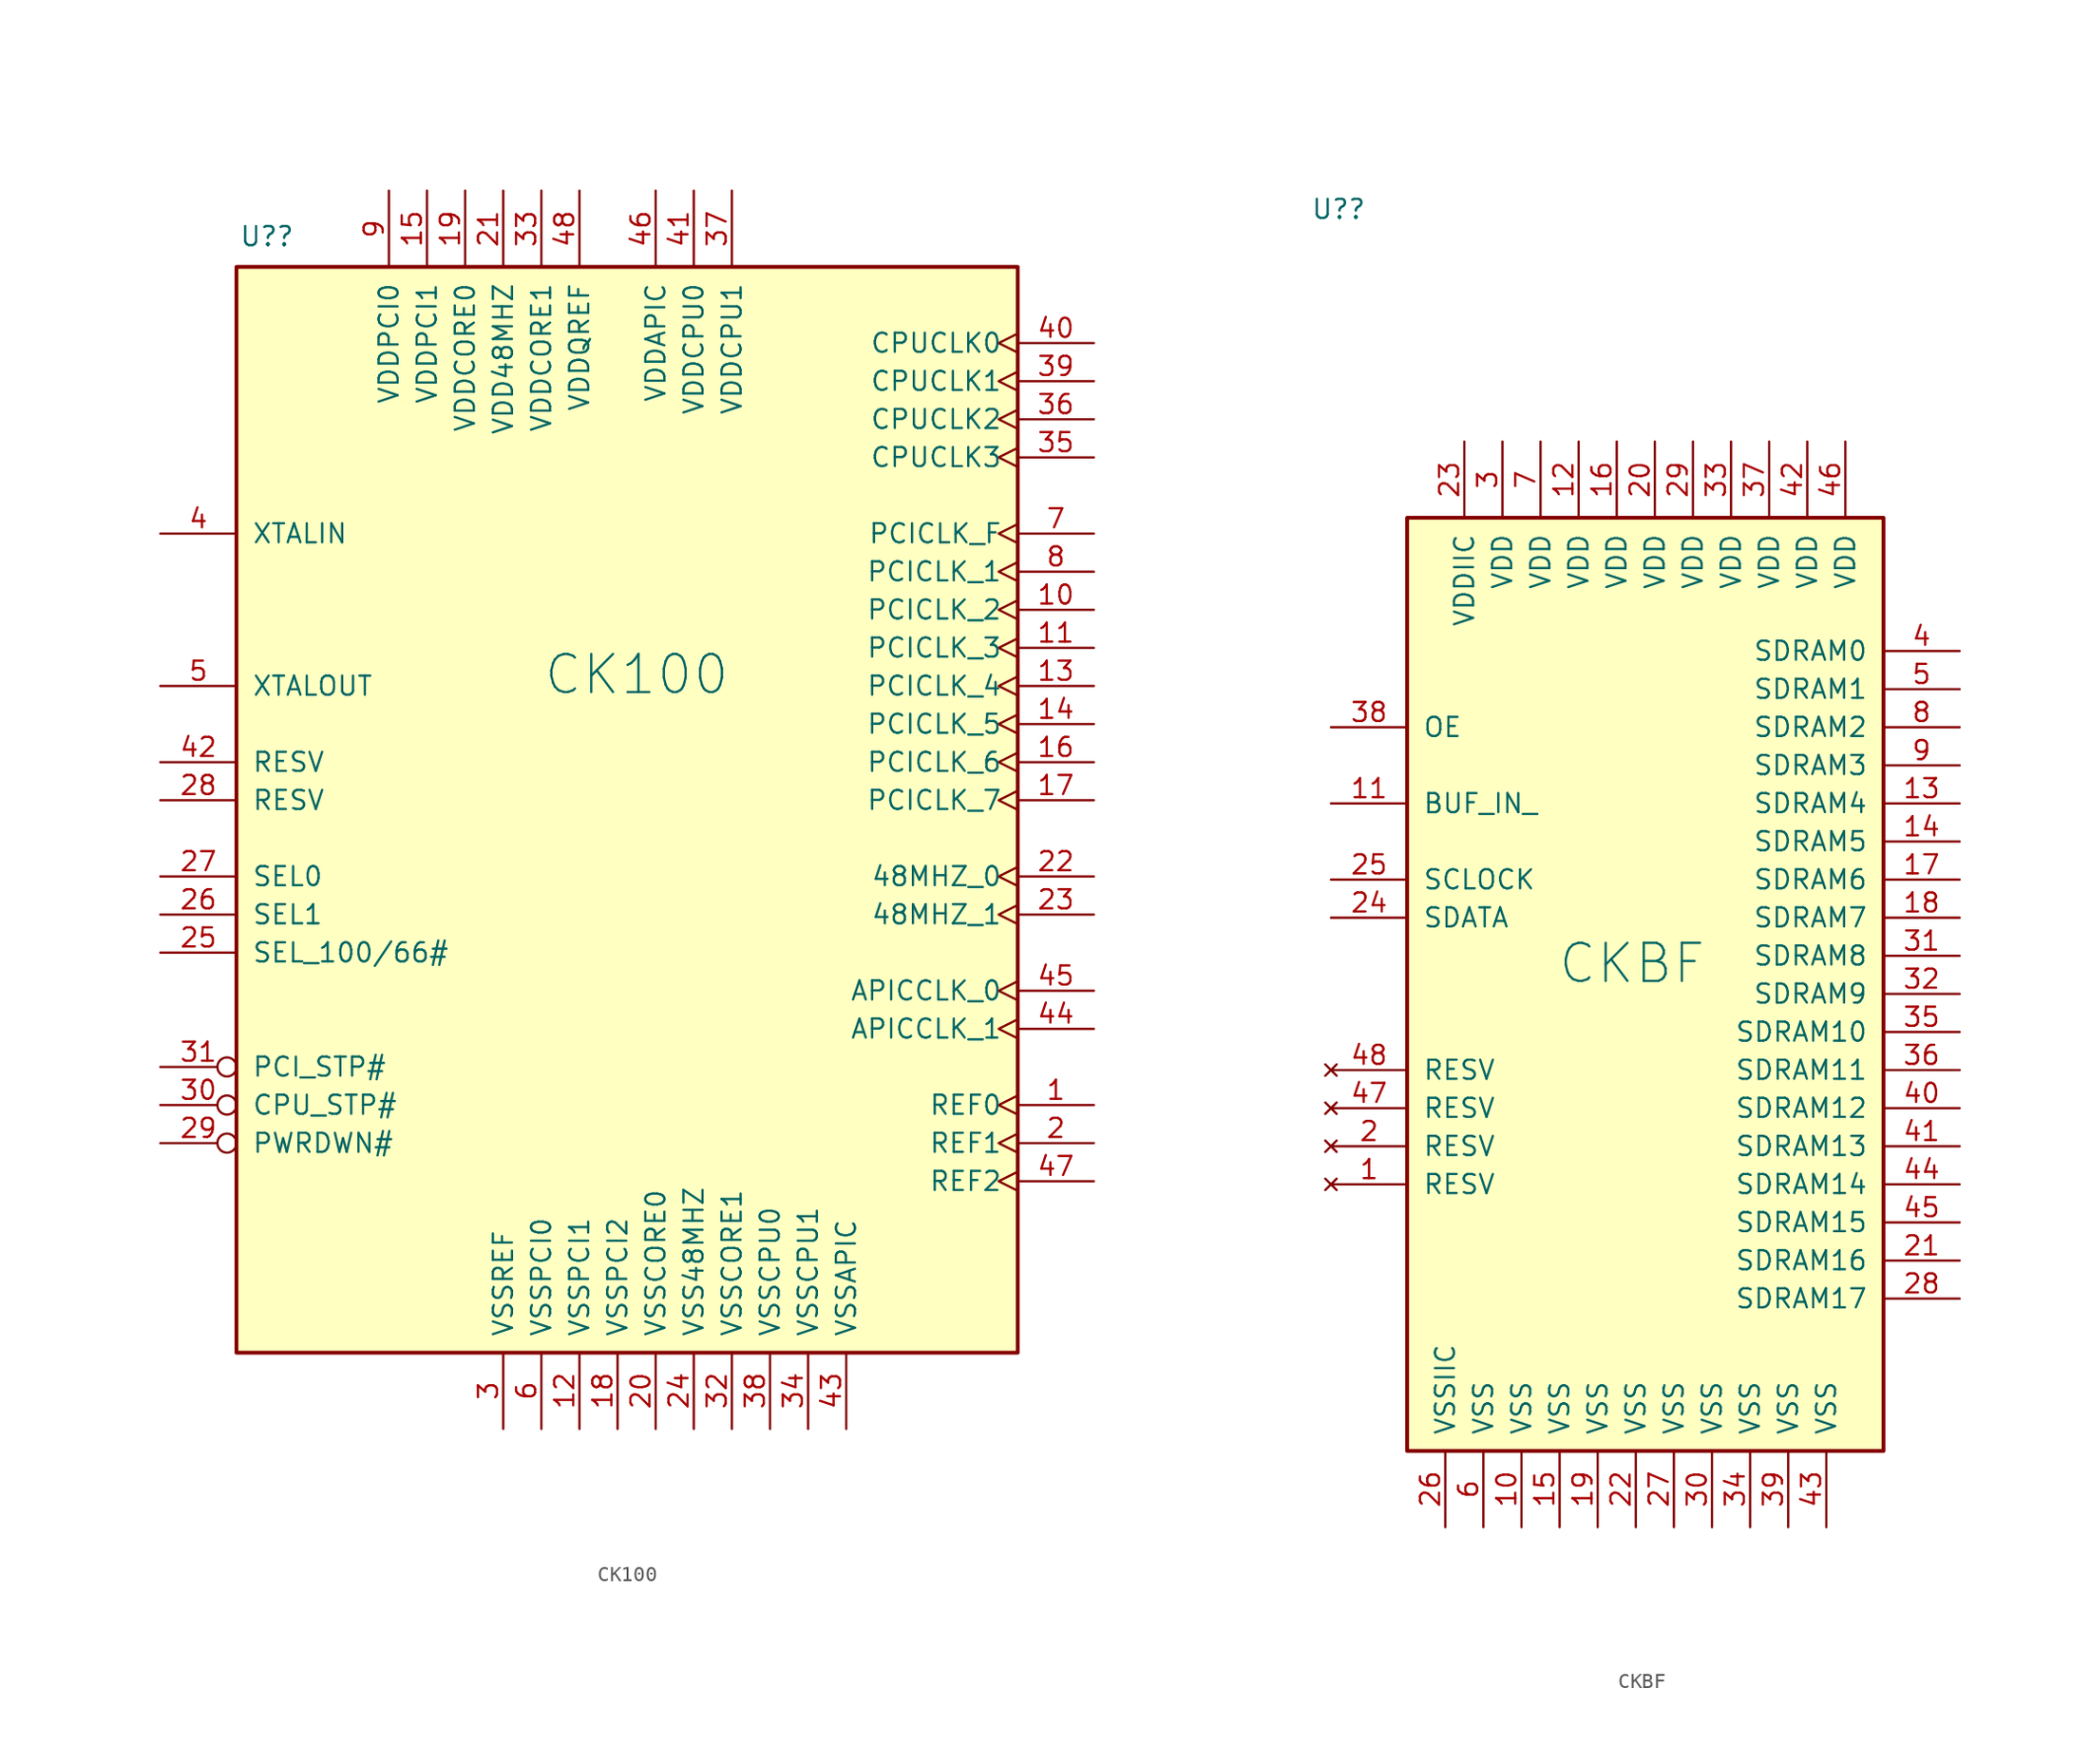
<source format=kicad_sym>
(kicad_symbol_lib
  (version 20240819)
  (generator "kicad_symbol_editor")
  (generator_version "8.99")
  (symbol "CK100"
    (pin_names
      (offset 1.016))
    (property "Reference" "U?"
      (at -24.638 38.862 0)
      (effects (font (size 1.27 1.27))))
    (property "Value" "CK100"
      (at 0 9.652 0)
      (effects (font (size 2.54 2.54))))
    (symbol "CK100_0_1"
      (rectangle (start -26.67 36.83) (end 25.4 -35.56) (stroke (width 0.254) (type default)) (fill (type background))))
    (symbol "CK100_1_1"
      (pin input line (at -31.75 19.05 0) (length 5.08) (name "XTALIN" (effects (font (size 1.27 1.27)))) (number "4" (effects (font (size 1.27 1.27)))))
      (pin output line (at -31.75 8.89 0) (length 5.08) (name "XTALOUT" (effects (font (size 1.27 1.27)))) (number "5" (effects (font (size 1.27 1.27)))))
      (pin unspecified line (at -31.75 3.81 0) (length 5.08) (name "RESV" (effects (font (size 1.27 1.27)))) (number "42" (effects (font (size 1.27 1.27)))))
      (pin unspecified line (at -31.75 1.27 0) (length 5.08) (name "RESV" (effects (font (size 1.27 1.27)))) (number "28" (effects (font (size 1.27 1.27)))))
      (pin input line (at -31.75 -3.81 0) (length 5.08) (name "SEL0" (effects (font (size 1.27 1.27)))) (number "27" (effects (font (size 1.27 1.27)))))
      (pin input line (at -31.75 -6.35 0) (length 5.08) (name "SEL1" (effects (font (size 1.27 1.27)))) (number "26" (effects (font (size 1.27 1.27)))))
      (pin input line (at -31.75 -8.89 0) (length 5.08) (name "SEL_100/66#" (effects (font (size 1.27 1.27)))) (number "25" (effects (font (size 1.27 1.27)))))
      (pin input inverted (at -31.75 -16.51 0) (length 5.08) (name "PCI_STP#" (effects (font (size 1.27 1.27)))) (number "31" (effects (font (size 1.27 1.27)))))
      (pin input inverted (at -31.75 -19.05 0) (length 5.08) (name "CPU_STP#" (effects (font (size 1.27 1.27)))) (number "30" (effects (font (size 1.27 1.27)))))
      (pin input inverted (at -31.75 -21.59 0) (length 5.08) (name "PWRDWN#" (effects (font (size 1.27 1.27)))) (number "29" (effects (font (size 1.27 1.27)))))
      (pin power_in line (at -16.51 41.91 270) (length 5.08) (name "VDDPCI0" (effects (font (size 1.27 1.27)))) (number "9" (effects (font (size 1.27 1.27)))))
      (pin power_in line (at -13.97 41.91 270) (length 5.08) (name "VDDPCI1" (effects (font (size 1.27 1.27)))) (number "15" (effects (font (size 1.27 1.27)))))
      (pin power_in line (at -11.43 41.91 270) (length 5.08) (name "VDDCORE0" (effects (font (size 1.27 1.27)))) (number "19" (effects (font (size 1.27 1.27)))))
      (pin power_in line (at -8.89 41.91 270) (length 5.08) (name "VDD48MHZ" (effects (font (size 1.27 1.27)))) (number "21" (effects (font (size 1.27 1.27)))))
      (pin power_in line (at -8.89 -40.64 90) (length 5.08) (name "VSSREF" (effects (font (size 1.27 1.27)))) (number "3" (effects (font (size 1.27 1.27)))))
      (pin power_in line (at -6.35 41.91 270) (length 5.08) (name "VDDCORE1" (effects (font (size 1.27 1.27)))) (number "33" (effects (font (size 1.27 1.27)))))
      (pin power_in line (at -6.35 -40.64 90) (length 5.08) (name "VSSPCI0" (effects (font (size 1.27 1.27)))) (number "6" (effects (font (size 1.27 1.27)))))
      (pin power_in line (at -3.81 41.91 270) (length 5.08) (name "VDDQREF" (effects (font (size 1.27 1.27)))) (number "48" (effects (font (size 1.27 1.27)))))
      (pin power_in line (at -3.81 -40.64 90) (length 5.08) (name "VSSPCI1" (effects (font (size 1.27 1.27)))) (number "12" (effects (font (size 1.27 1.27)))))
      (pin power_in line (at -1.27 -40.64 90) (length 5.08) (name "VSSPCI2" (effects (font (size 1.27 1.27)))) (number "18" (effects (font (size 1.27 1.27)))))
      (pin power_in line (at 1.27 41.91 270) (length 5.08) (name "VDDAPIC" (effects (font (size 1.27 1.27)))) (number "46" (effects (font (size 1.27 1.27)))))
      (pin power_in line (at 1.27 -40.64 90) (length 5.08) (name "VSSCORE0" (effects (font (size 1.27 1.27)))) (number "20" (effects (font (size 1.27 1.27)))))
      (pin power_in line (at 3.81 41.91 270) (length 5.08) (name "VDDCPU0" (effects (font (size 1.27 1.27)))) (number "41" (effects (font (size 1.27 1.27)))))
      (pin power_in line (at 3.81 -40.64 90) (length 5.08) (name "VSS48MHZ" (effects (font (size 1.27 1.27)))) (number "24" (effects (font (size 1.27 1.27)))))
      (pin power_in line (at 6.35 41.91 270) (length 5.08) (name "VDDCPU1" (effects (font (size 1.27 1.27)))) (number "37" (effects (font (size 1.27 1.27)))))
      (pin power_in line (at 6.35 -40.64 90) (length 5.08) (name "VSSCORE1" (effects (font (size 1.27 1.27)))) (number "32" (effects (font (size 1.27 1.27)))))
      (pin power_in line (at 8.89 -40.64 90) (length 5.08) (name "VSSCPU0" (effects (font (size 1.27 1.27)))) (number "38" (effects (font (size 1.27 1.27)))))
      (pin power_in line (at 11.43 -40.64 90) (length 5.08) (name "VSSCPU1" (effects (font (size 1.27 1.27)))) (number "34" (effects (font (size 1.27 1.27)))))
      (pin power_in line (at 13.97 -40.64 90) (length 5.08) (name "VSSAPIC" (effects (font (size 1.27 1.27)))) (number "43" (effects (font (size 1.27 1.27)))))
      (pin output clock (at 30.48 31.75 180) (length 5.08) (name "CPUCLK0" (effects (font (size 1.27 1.27)))) (number "40" (effects (font (size 1.27 1.27)))))
      (pin output clock (at 30.48 29.21 180) (length 5.08) (name "CPUCLK1" (effects (font (size 1.27 1.27)))) (number "39" (effects (font (size 1.27 1.27)))))
      (pin output clock (at 30.48 26.67 180) (length 5.08) (name "CPUCLK2" (effects (font (size 1.27 1.27)))) (number "36" (effects (font (size 1.27 1.27)))))
      (pin output clock (at 30.48 24.13 180) (length 5.08) (name "CPUCLK3" (effects (font (size 1.27 1.27)))) (number "35" (effects (font (size 1.27 1.27)))))
      (pin output clock (at 30.48 19.05 180) (length 5.08) (name "PCICLK_F" (effects (font (size 1.27 1.27)))) (number "7" (effects (font (size 1.27 1.27)))))
      (pin output clock (at 30.48 16.51 180) (length 5.08) (name "PCICLK_1" (effects (font (size 1.27 1.27)))) (number "8" (effects (font (size 1.27 1.27)))))
      (pin output clock (at 30.48 13.97 180) (length 5.08) (name "PCICLK_2" (effects (font (size 1.27 1.27)))) (number "10" (effects (font (size 1.27 1.27)))))
      (pin output clock (at 30.48 11.43 180) (length 5.08) (name "PCICLK_3" (effects (font (size 1.27 1.27)))) (number "11" (effects (font (size 1.27 1.27)))))
      (pin output clock (at 30.48 8.89 180) (length 5.08) (name "PCICLK_4" (effects (font (size 1.27 1.27)))) (number "13" (effects (font (size 1.27 1.27)))))
      (pin output clock (at 30.48 6.35 180) (length 5.08) (name "PCICLK_5" (effects (font (size 1.27 1.27)))) (number "14" (effects (font (size 1.27 1.27)))))
      (pin output clock (at 30.48 3.81 180) (length 5.08) (name "PCICLK_6" (effects (font (size 1.27 1.27)))) (number "16" (effects (font (size 1.27 1.27)))))
      (pin output clock (at 30.48 1.27 180) (length 5.08) (name "PCICLK_7" (effects (font (size 1.27 1.27)))) (number "17" (effects (font (size 1.27 1.27)))))
      (pin output clock (at 30.48 -3.81 180) (length 5.08) (name "48MHZ_0" (effects (font (size 1.27 1.27)))) (number "22" (effects (font (size 1.27 1.27)))))
      (pin output clock (at 30.48 -6.35 180) (length 5.08) (name "48MHZ_1" (effects (font (size 1.27 1.27)))) (number "23" (effects (font (size 1.27 1.27)))))
      (pin output clock (at 30.48 -11.43 180) (length 5.08) (name "APICCLK_0" (effects (font (size 1.27 1.27)))) (number "45" (effects (font (size 1.27 1.27)))))
      (pin output clock (at 30.48 -13.97 180) (length 5.08) (name "APICCLK_1" (effects (font (size 1.27 1.27)))) (number "44" (effects (font (size 1.27 1.27)))))
      (pin output clock (at 30.48 -19.05 180) (length 5.08) (name "REF0" (effects (font (size 1.27 1.27)))) (number "1" (effects (font (size 1.27 1.27)))))
      (pin output clock (at 30.48 -21.59 180) (length 5.08) (name "REF1" (effects (font (size 1.27 1.27)))) (number "2" (effects (font (size 1.27 1.27)))))
      (pin output clock (at 30.48 -24.13 180) (length 5.08) (name "REF2" (effects (font (size 1.27 1.27)))) (number "47" (effects (font (size 1.27 1.27)))))))
  (symbol "CKBF"
    (pin_names
      (offset 1.016))
    (property "Reference" "U?"
      (at -59.182 62.484 0)
      (effects (font (size 1.27 1.27))))
    (property "Value" "CKBF"
      (at -39.624 12.192 0)
      (effects (font (size 2.54 2.54))))
    (symbol "CKBF_0_1"
      (rectangle (start -54.61 41.91) (end -22.86 -20.32) (stroke (width 0.254) (type default)) (fill (type background))))
    (symbol "CKBF_1_1"
      (pin power_in line (at -59.69 27.94 0) (length 5.08) (name "OE" (effects (font (size 1.27 1.27)))) (number "38" (effects (font (size 1.27 1.27)))))
      (pin input line (at -59.69 22.86 0) (length 5.08) (name "BUF_IN_" (effects (font (size 1.27 1.27)))) (number "11" (effects (font (size 1.27 1.27)))))
      (pin bidirectional line (at -59.69 17.78 0) (length 5.08) (name "SCLOCK" (effects (font (size 1.27 1.27)))) (number "25" (effects (font (size 1.27 1.27)))))
      (pin bidirectional line (at -59.69 15.24 0) (length 5.08) (name "SDATA" (effects (font (size 1.27 1.27)))) (number "24" (effects (font (size 1.27 1.27)))))
      (pin no_connect line (at -59.69 5.08 0) (length 5.08) (name "RESV" (effects (font (size 1.27 1.27)))) (number "48" (effects (font (size 1.27 1.27)))))
      (pin no_connect line (at -59.69 2.54 0) (length 5.08) (name "RESV" (effects (font (size 1.27 1.27)))) (number "47" (effects (font (size 1.27 1.27)))))
      (pin no_connect line (at -59.69 0 0) (length 5.08) (name "RESV" (effects (font (size 1.27 1.27)))) (number "2" (effects (font (size 1.27 1.27)))))
      (pin no_connect line (at -59.69 -2.54 0) (length 5.08) (name "RESV" (effects (font (size 1.27 1.27)))) (number "1" (effects (font (size 1.27 1.27)))))
      (pin power_out line (at -52.07 -25.4 90) (length 5.08) (name "VSSIIC" (effects (font (size 1.27 1.27)))) (number "26" (effects (font (size 1.27 1.27)))))
      (pin power_in line (at -50.8 46.99 270) (length 5.08) (name "VDDIIC" (effects (font (size 1.27 1.27)))) (number "23" (effects (font (size 1.27 1.27)))))
      (pin power_out line (at -49.53 -25.4 90) (length 5.08) (name "VSS" (effects (font (size 1.27 1.27)))) (number "6" (effects (font (size 1.27 1.27)))))
      (pin power_in line (at -48.26 46.99 270) (length 5.08) (name "VDD" (effects (font (size 1.27 1.27)))) (number "3" (effects (font (size 1.27 1.27)))))
      (pin power_out line (at -46.99 -25.4 90) (length 5.08) (name "VSS" (effects (font (size 1.27 1.27)))) (number "10" (effects (font (size 1.27 1.27)))))
      (pin power_in line (at -45.72 46.99 270) (length 5.08) (name "VDD" (effects (font (size 1.27 1.27)))) (number "7" (effects (font (size 1.27 1.27)))))
      (pin power_out line (at -44.45 -25.4 90) (length 5.08) (name "VSS" (effects (font (size 1.27 1.27)))) (number "15" (effects (font (size 1.27 1.27)))))
      (pin power_in line (at -43.18 46.99 270) (length 5.08) (name "VDD" (effects (font (size 1.27 1.27)))) (number "12" (effects (font (size 1.27 1.27)))))
      (pin power_out line (at -41.91 -25.4 90) (length 5.08) (name "VSS" (effects (font (size 1.27 1.27)))) (number "19" (effects (font (size 1.27 1.27)))))
      (pin power_in line (at -40.64 46.99 270) (length 5.08) (name "VDD" (effects (font (size 1.27 1.27)))) (number "16" (effects (font (size 1.27 1.27)))))
      (pin power_out line (at -39.37 -25.4 90) (length 5.08) (name "VSS" (effects (font (size 1.27 1.27)))) (number "22" (effects (font (size 1.27 1.27)))))
      (pin power_in line (at -38.1 46.99 270) (length 5.08) (name "VDD" (effects (font (size 1.27 1.27)))) (number "20" (effects (font (size 1.27 1.27)))))
      (pin power_out line (at -36.83 -25.4 90) (length 5.08) (name "VSS" (effects (font (size 1.27 1.27)))) (number "27" (effects (font (size 1.27 1.27)))))
      (pin power_in line (at -35.56 46.99 270) (length 5.08) (name "VDD" (effects (font (size 1.27 1.27)))) (number "29" (effects (font (size 1.27 1.27)))))
      (pin power_out line (at -34.29 -25.4 90) (length 5.08) (name "VSS" (effects (font (size 1.27 1.27)))) (number "30" (effects (font (size 1.27 1.27)))))
      (pin power_in line (at -33.02 46.99 270) (length 5.08) (name "VDD" (effects (font (size 1.27 1.27)))) (number "33" (effects (font (size 1.27 1.27)))))
      (pin power_out line (at -31.75 -25.4 90) (length 5.08) (name "VSS" (effects (font (size 1.27 1.27)))) (number "34" (effects (font (size 1.27 1.27)))))
      (pin power_in line (at -30.48 46.99 270) (length 5.08) (name "VDD" (effects (font (size 1.27 1.27)))) (number "37" (effects (font (size 1.27 1.27)))))
      (pin power_out line (at -29.21 -25.4 90) (length 5.08) (name "VSS" (effects (font (size 1.27 1.27)))) (number "39" (effects (font (size 1.27 1.27)))))
      (pin power_in line (at -27.94 46.99 270) (length 5.08) (name "VDD" (effects (font (size 1.27 1.27)))) (number "42" (effects (font (size 1.27 1.27)))))
      (pin power_out line (at -26.67 -25.4 90) (length 5.08) (name "VSS" (effects (font (size 1.27 1.27)))) (number "43" (effects (font (size 1.27 1.27)))))
      (pin power_in line (at -25.4 46.99 270) (length 5.08) (name "VDD" (effects (font (size 1.27 1.27)))) (number "46" (effects (font (size 1.27 1.27)))))
      (pin output line (at -17.78 33.02 180) (length 5.08) (name "SDRAM0" (effects (font (size 1.27 1.27)))) (number "4" (effects (font (size 1.27 1.27)))))
      (pin output line (at -17.78 30.48 180) (length 5.08) (name "SDRAM1" (effects (font (size 1.27 1.27)))) (number "5" (effects (font (size 1.27 1.27)))))
      (pin output line (at -17.78 27.94 180) (length 5.08) (name "SDRAM2" (effects (font (size 1.27 1.27)))) (number "8" (effects (font (size 1.27 1.27)))))
      (pin output line (at -17.78 25.4 180) (length 5.08) (name "SDRAM3" (effects (font (size 1.27 1.27)))) (number "9" (effects (font (size 1.27 1.27)))))
      (pin output line (at -17.78 22.86 180) (length 5.08) (name "SDRAM4" (effects (font (size 1.27 1.27)))) (number "13" (effects (font (size 1.27 1.27)))))
      (pin output line (at -17.78 20.32 180) (length 5.08) (name "SDRAM5" (effects (font (size 1.27 1.27)))) (number "14" (effects (font (size 1.27 1.27)))))
      (pin output line (at -17.78 17.78 180) (length 5.08) (name "SDRAM6" (effects (font (size 1.27 1.27)))) (number "17" (effects (font (size 1.27 1.27)))))
      (pin output line (at -17.78 15.24 180) (length 5.08) (name "SDRAM7" (effects (font (size 1.27 1.27)))) (number "18" (effects (font (size 1.27 1.27)))))
      (pin output line (at -17.78 12.7 180) (length 5.08) (name "SDRAM8" (effects (font (size 1.27 1.27)))) (number "31" (effects (font (size 1.27 1.27)))))
      (pin output line (at -17.78 10.16 180) (length 5.08) (name "SDRAM9" (effects (font (size 1.27 1.27)))) (number "32" (effects (font (size 1.27 1.27)))))
      (pin output line (at -17.78 7.62 180) (length 5.08) (name "SDRAM10" (effects (font (size 1.27 1.27)))) (number "35" (effects (font (size 1.27 1.27)))))
      (pin output line (at -17.78 5.08 180) (length 5.08) (name "SDRAM11" (effects (font (size 1.27 1.27)))) (number "36" (effects (font (size 1.27 1.27)))))
      (pin output line (at -17.78 2.54 180) (length 5.08) (name "SDRAM12" (effects (font (size 1.27 1.27)))) (number "40" (effects (font (size 1.27 1.27)))))
      (pin output line (at -17.78 0 180) (length 5.08) (name "SDRAM13" (effects (font (size 1.27 1.27)))) (number "41" (effects (font (size 1.27 1.27)))))
      (pin output line (at -17.78 -2.54 180) (length 5.08) (name "SDRAM14" (effects (font (size 1.27 1.27)))) (number "44" (effects (font (size 1.27 1.27)))))
      (pin output line (at -17.78 -5.08 180) (length 5.08) (name "SDRAM15" (effects (font (size 1.27 1.27)))) (number "45" (effects (font (size 1.27 1.27)))))
      (pin output line (at -17.78 -7.62 180) (length 5.08) (name "SDRAM16" (effects (font (size 1.27 1.27)))) (number "21" (effects (font (size 1.27 1.27)))))
      (pin output line (at -17.78 -10.16 180) (length 5.08) (name "SDRAM17" (effects (font (size 1.27 1.27)))) (number "28" (effects (font (size 1.27 1.27))))))))
</source>
